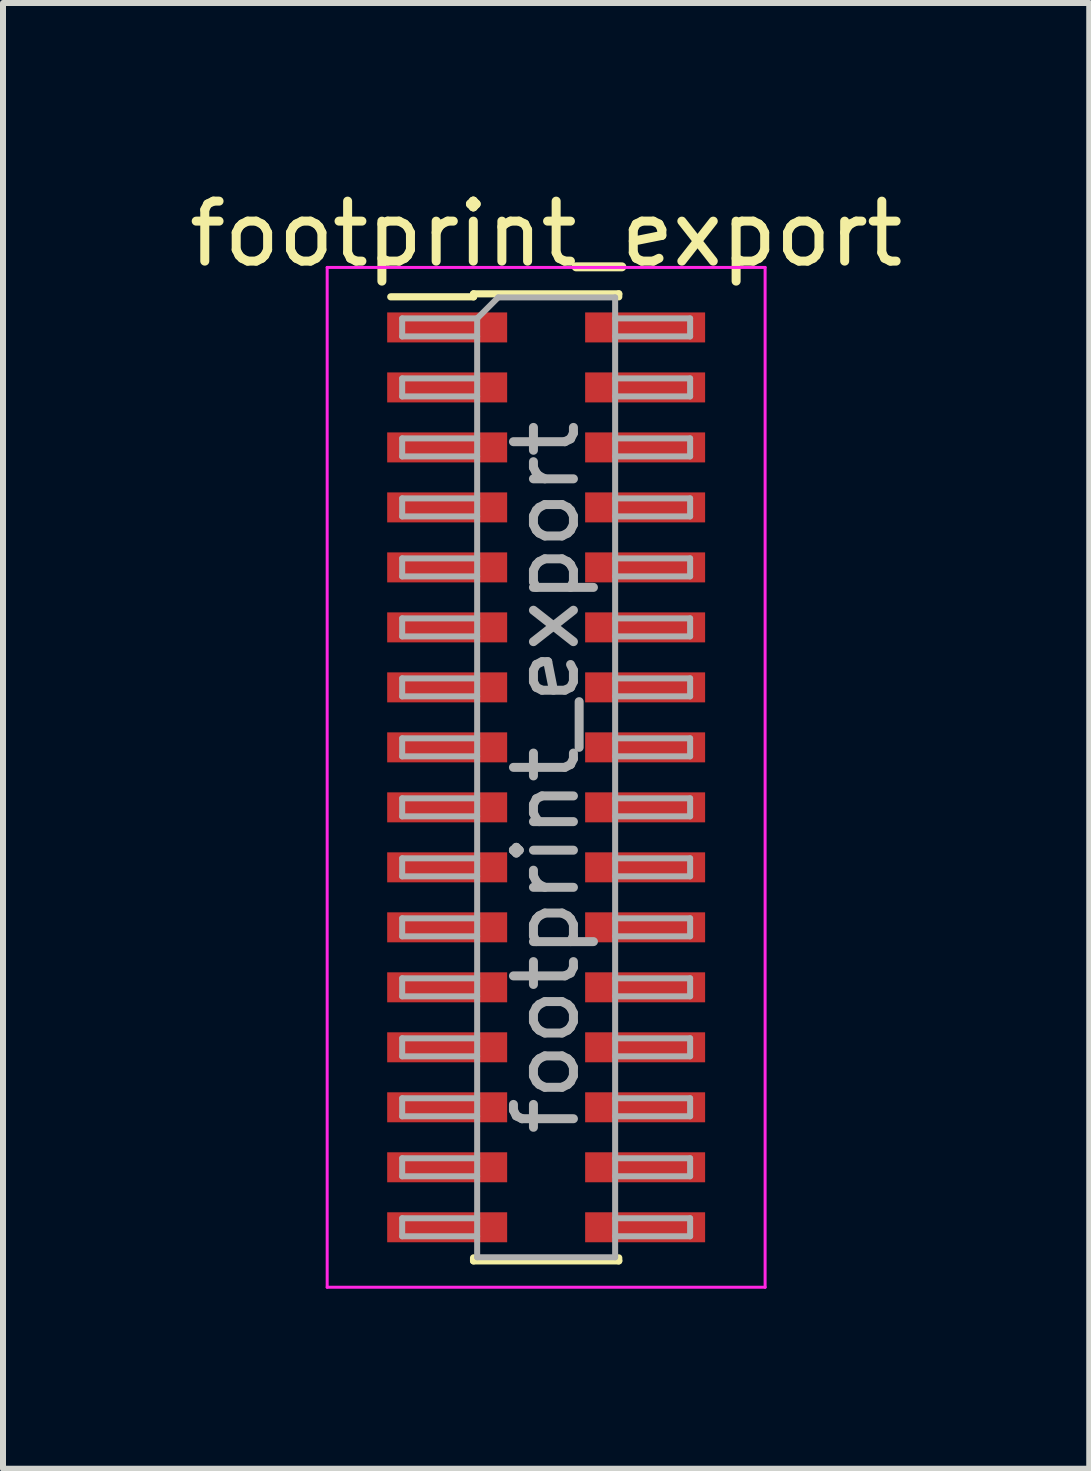
<source format=kicad_pcb>
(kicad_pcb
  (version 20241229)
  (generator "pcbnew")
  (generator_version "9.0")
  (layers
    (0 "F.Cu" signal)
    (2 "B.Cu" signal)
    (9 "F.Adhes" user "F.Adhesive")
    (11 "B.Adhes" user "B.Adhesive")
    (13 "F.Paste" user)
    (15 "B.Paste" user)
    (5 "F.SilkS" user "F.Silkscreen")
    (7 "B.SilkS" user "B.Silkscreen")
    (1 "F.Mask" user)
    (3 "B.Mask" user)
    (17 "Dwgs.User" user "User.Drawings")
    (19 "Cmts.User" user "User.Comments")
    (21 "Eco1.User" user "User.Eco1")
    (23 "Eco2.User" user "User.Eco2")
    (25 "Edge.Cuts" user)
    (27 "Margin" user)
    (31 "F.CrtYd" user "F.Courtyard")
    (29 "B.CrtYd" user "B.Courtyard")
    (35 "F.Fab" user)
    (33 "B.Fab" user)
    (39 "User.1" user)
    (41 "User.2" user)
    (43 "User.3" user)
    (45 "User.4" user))
  (footprint "footprint_export"
    (layer "F.Cu")
    (at 6.054 9.908)
    (property "Reference" "footprint_export" (at 0 -9.06 0) (layer "F.SilkS") (effects (font (size 1 1) (thickness 0.15))))
    (attr smd)
    (fp_line (start -2.59 -8.01) (end -1.21 -8.01) (stroke (width 0.12) (type solid)) (layer "F.SilkS"))
    (fp_line (start -1.21 -8.06) (end -1.21 -8.01) (stroke (width 0.12) (type solid)) (layer "F.SilkS"))
    (fp_line (start -1.21 -8.06) (end 1.21 -8.06) (stroke (width 0.12) (type solid)) (layer "F.SilkS"))
    (fp_line (start -1.21 8.01) (end -1.21 8.06) (stroke (width 0.12) (type solid)) (layer "F.SilkS"))
    (fp_line (start -1.21 8.06) (end 1.21 8.06) (stroke (width 0.12) (type solid)) (layer "F.SilkS"))
    (fp_line (start 1.21 -8.06) (end 1.21 -8.01) (stroke (width 0.12) (type solid)) (layer "F.SilkS"))
    (fp_line (start 1.21 8.01) (end 1.21 8.06) (stroke (width 0.12) (type solid)) (layer "F.SilkS"))
    (fp_line (start -3.65 -8.5) (end -3.65 8.5) (stroke (width 0.05) (type solid)) (layer "F.CrtYd"))
    (fp_line (start -3.65 8.5) (end 3.65 8.5) (stroke (width 0.05) (type solid)) (layer "F.CrtYd"))
    (fp_line (start 3.65 -8.5) (end -3.65 -8.5) (stroke (width 0.05) (type solid)) (layer "F.CrtYd"))
    (fp_line (start 3.65 8.5) (end 3.65 -8.5) (stroke (width 0.05) (type solid)) (layer "F.CrtYd"))
    (fp_line (start -2.4 -7.65) (end -2.4 -7.35) (stroke (width 0.1) (type solid)) (layer "F.Fab"))
    (fp_line (start -2.4 -7.35) (end -1.15 -7.35) (stroke (width 0.1) (type solid)) (layer "F.Fab"))
    (fp_line (start -2.4 -6.65) (end -2.4 -6.35) (stroke (width 0.1) (type solid)) (layer "F.Fab"))
    (fp_line (start -2.4 -6.35) (end -1.15 -6.35) (stroke (width 0.1) (type solid)) (layer "F.Fab"))
    (fp_line (start -2.4 -5.65) (end -2.4 -5.35) (stroke (width 0.1) (type solid)) (layer "F.Fab"))
    (fp_line (start -2.4 -5.35) (end -1.15 -5.35) (stroke (width 0.1) (type solid)) (layer "F.Fab"))
    (fp_line (start -2.4 -4.65) (end -2.4 -4.35) (stroke (width 0.1) (type solid)) (layer "F.Fab"))
    (fp_line (start -2.4 -4.35) (end -1.15 -4.35) (stroke (width 0.1) (type solid)) (layer "F.Fab"))
    (fp_line (start -2.4 -3.65) (end -2.4 -3.35) (stroke (width 0.1) (type solid)) (layer "F.Fab"))
    (fp_line (start -2.4 -3.35) (end -1.15 -3.35) (stroke (width 0.1) (type solid)) (layer "F.Fab"))
    (fp_line (start -2.4 -2.65) (end -2.4 -2.35) (stroke (width 0.1) (type solid)) (layer "F.Fab"))
    (fp_line (start -2.4 -2.35) (end -1.15 -2.35) (stroke (width 0.1) (type solid)) (layer "F.Fab"))
    (fp_line (start -2.4 -1.65) (end -2.4 -1.35) (stroke (width 0.1) (type solid)) (layer "F.Fab"))
    (fp_line (start -2.4 -1.35) (end -1.15 -1.35) (stroke (width 0.1) (type solid)) (layer "F.Fab"))
    (fp_line (start -2.4 -0.65) (end -2.4 -0.35) (stroke (width 0.1) (type solid)) (layer "F.Fab"))
    (fp_line (start -2.4 -0.35) (end -1.15 -0.35) (stroke (width 0.1) (type solid)) (layer "F.Fab"))
    (fp_line (start -2.4 0.35) (end -2.4 0.65) (stroke (width 0.1) (type solid)) (layer "F.Fab"))
    (fp_line (start -2.4 0.65) (end -1.15 0.65) (stroke (width 0.1) (type solid)) (layer "F.Fab"))
    (fp_line (start -2.4 1.35) (end -2.4 1.65) (stroke (width 0.1) (type solid)) (layer "F.Fab"))
    (fp_line (start -2.4 1.65) (end -1.15 1.65) (stroke (width 0.1) (type solid)) (layer "F.Fab"))
    (fp_line (start -2.4 2.35) (end -2.4 2.65) (stroke (width 0.1) (type solid)) (layer "F.Fab"))
    (fp_line (start -2.4 2.65) (end -1.15 2.65) (stroke (width 0.1) (type solid)) (layer "F.Fab"))
    (fp_line (start -2.4 3.35) (end -2.4 3.65) (stroke (width 0.1) (type solid)) (layer "F.Fab"))
    (fp_line (start -2.4 3.65) (end -1.15 3.65) (stroke (width 0.1) (type solid)) (layer "F.Fab"))
    (fp_line (start -2.4 4.35) (end -2.4 4.65) (stroke (width 0.1) (type solid)) (layer "F.Fab"))
    (fp_line (start -2.4 4.65) (end -1.15 4.65) (stroke (width 0.1) (type solid)) (layer "F.Fab"))
    (fp_line (start -2.4 5.35) (end -2.4 5.65) (stroke (width 0.1) (type solid)) (layer "F.Fab"))
    (fp_line (start -2.4 5.65) (end -1.15 5.65) (stroke (width 0.1) (type solid)) (layer "F.Fab"))
    (fp_line (start -2.4 6.35) (end -2.4 6.65) (stroke (width 0.1) (type solid)) (layer "F.Fab"))
    (fp_line (start -2.4 6.65) (end -1.15 6.65) (stroke (width 0.1) (type solid)) (layer "F.Fab"))
    (fp_line (start -2.4 7.35) (end -2.4 7.65) (stroke (width 0.1) (type solid)) (layer "F.Fab"))
    (fp_line (start -2.4 7.65) (end -1.15 7.65) (stroke (width 0.1) (type solid)) (layer "F.Fab"))
    (fp_line (start -1.15 -7.65) (end -2.4 -7.65) (stroke (width 0.1) (type solid)) (layer "F.Fab"))
    (fp_line (start -1.15 -7.65) (end -0.8 -8) (stroke (width 0.1) (type solid)) (layer "F.Fab"))
    (fp_line (start -1.15 -6.65) (end -2.4 -6.65) (stroke (width 0.1) (type solid)) (layer "F.Fab"))
    (fp_line (start -1.15 -5.65) (end -2.4 -5.65) (stroke (width 0.1) (type solid)) (layer "F.Fab"))
    (fp_line (start -1.15 -4.65) (end -2.4 -4.65) (stroke (width 0.1) (type solid)) (layer "F.Fab"))
    (fp_line (start -1.15 -3.65) (end -2.4 -3.65) (stroke (width 0.1) (type solid)) (layer "F.Fab"))
    (fp_line (start -1.15 -2.65) (end -2.4 -2.65) (stroke (width 0.1) (type solid)) (layer "F.Fab"))
    (fp_line (start -1.15 -1.65) (end -2.4 -1.65) (stroke (width 0.1) (type solid)) (layer "F.Fab"))
    (fp_line (start -1.15 -0.65) (end -2.4 -0.65) (stroke (width 0.1) (type solid)) (layer "F.Fab"))
    (fp_line (start -1.15 0.35) (end -2.4 0.35) (stroke (width 0.1) (type solid)) (layer "F.Fab"))
    (fp_line (start -1.15 1.35) (end -2.4 1.35) (stroke (width 0.1) (type solid)) (layer "F.Fab"))
    (fp_line (start -1.15 2.35) (end -2.4 2.35) (stroke (width 0.1) (type solid)) (layer "F.Fab"))
    (fp_line (start -1.15 3.35) (end -2.4 3.35) (stroke (width 0.1) (type solid)) (layer "F.Fab"))
    (fp_line (start -1.15 4.35) (end -2.4 4.35) (stroke (width 0.1) (type solid)) (layer "F.Fab"))
    (fp_line (start -1.15 5.35) (end -2.4 5.35) (stroke (width 0.1) (type solid)) (layer "F.Fab"))
    (fp_line (start -1.15 6.35) (end -2.4 6.35) (stroke (width 0.1) (type solid)) (layer "F.Fab"))
    (fp_line (start -1.15 7.35) (end -2.4 7.35) (stroke (width 0.1) (type solid)) (layer "F.Fab"))
    (fp_line (start -1.15 8) (end -1.15 -7.65) (stroke (width 0.1) (type solid)) (layer "F.Fab"))
    (fp_line (start -0.8 -8) (end 1.15 -8) (stroke (width 0.1) (type solid)) (layer "F.Fab"))
    (fp_line (start 1.15 -8) (end 1.15 8) (stroke (width 0.1) (type solid)) (layer "F.Fab"))
    (fp_line (start 1.15 -7.65) (end 2.4 -7.65) (stroke (width 0.1) (type solid)) (layer "F.Fab"))
    (fp_line (start 1.15 -6.65) (end 2.4 -6.65) (stroke (width 0.1) (type solid)) (layer "F.Fab"))
    (fp_line (start 1.15 -5.65) (end 2.4 -5.65) (stroke (width 0.1) (type solid)) (layer "F.Fab"))
    (fp_line (start 1.15 -4.65) (end 2.4 -4.65) (stroke (width 0.1) (type solid)) (layer "F.Fab"))
    (fp_line (start 1.15 -3.65) (end 2.4 -3.65) (stroke (width 0.1) (type solid)) (layer "F.Fab"))
    (fp_line (start 1.15 -2.65) (end 2.4 -2.65) (stroke (width 0.1) (type solid)) (layer "F.Fab"))
    (fp_line (start 1.15 -1.65) (end 2.4 -1.65) (stroke (width 0.1) (type solid)) (layer "F.Fab"))
    (fp_line (start 1.15 -0.65) (end 2.4 -0.65) (stroke (width 0.1) (type solid)) (layer "F.Fab"))
    (fp_line (start 1.15 0.35) (end 2.4 0.35) (stroke (width 0.1) (type solid)) (layer "F.Fab"))
    (fp_line (start 1.15 1.35) (end 2.4 1.35) (stroke (width 0.1) (type solid)) (layer "F.Fab"))
    (fp_line (start 1.15 2.35) (end 2.4 2.35) (stroke (width 0.1) (type solid)) (layer "F.Fab"))
    (fp_line (start 1.15 3.35) (end 2.4 3.35) (stroke (width 0.1) (type solid)) (layer "F.Fab"))
    (fp_line (start 1.15 4.35) (end 2.4 4.35) (stroke (width 0.1) (type solid)) (layer "F.Fab"))
    (fp_line (start 1.15 5.35) (end 2.4 5.35) (stroke (width 0.1) (type solid)) (layer "F.Fab"))
    (fp_line (start 1.15 6.35) (end 2.4 6.35) (stroke (width 0.1) (type solid)) (layer "F.Fab"))
    (fp_line (start 1.15 7.35) (end 2.4 7.35) (stroke (width 0.1) (type solid)) (layer "F.Fab"))
    (fp_line (start 1.15 8) (end -1.15 8) (stroke (width 0.1) (type solid)) (layer "F.Fab"))
    (fp_line (start 2.4 -7.65) (end 2.4 -7.35) (stroke (width 0.1) (type solid)) (layer "F.Fab"))
    (fp_line (start 2.4 -7.35) (end 1.15 -7.35) (stroke (width 0.1) (type solid)) (layer "F.Fab"))
    (fp_line (start 2.4 -6.65) (end 2.4 -6.35) (stroke (width 0.1) (type solid)) (layer "F.Fab"))
    (fp_line (start 2.4 -6.35) (end 1.15 -6.35) (stroke (width 0.1) (type solid)) (layer "F.Fab"))
    (fp_line (start 2.4 -5.65) (end 2.4 -5.35) (stroke (width 0.1) (type solid)) (layer "F.Fab"))
    (fp_line (start 2.4 -5.35) (end 1.15 -5.35) (stroke (width 0.1) (type solid)) (layer "F.Fab"))
    (fp_line (start 2.4 -4.65) (end 2.4 -4.35) (stroke (width 0.1) (type solid)) (layer "F.Fab"))
    (fp_line (start 2.4 -4.35) (end 1.15 -4.35) (stroke (width 0.1) (type solid)) (layer "F.Fab"))
    (fp_line (start 2.4 -3.65) (end 2.4 -3.35) (stroke (width 0.1) (type solid)) (layer "F.Fab"))
    (fp_line (start 2.4 -3.35) (end 1.15 -3.35) (stroke (width 0.1) (type solid)) (layer "F.Fab"))
    (fp_line (start 2.4 -2.65) (end 2.4 -2.35) (stroke (width 0.1) (type solid)) (layer "F.Fab"))
    (fp_line (start 2.4 -2.35) (end 1.15 -2.35) (stroke (width 0.1) (type solid)) (layer "F.Fab"))
    (fp_line (start 2.4 -1.65) (end 2.4 -1.35) (stroke (width 0.1) (type solid)) (layer "F.Fab"))
    (fp_line (start 2.4 -1.35) (end 1.15 -1.35) (stroke (width 0.1) (type solid)) (layer "F.Fab"))
    (fp_line (start 2.4 -0.65) (end 2.4 -0.35) (stroke (width 0.1) (type solid)) (layer "F.Fab"))
    (fp_line (start 2.4 -0.35) (end 1.15 -0.35) (stroke (width 0.1) (type solid)) (layer "F.Fab"))
    (fp_line (start 2.4 0.35) (end 2.4 0.65) (stroke (width 0.1) (type solid)) (layer "F.Fab"))
    (fp_line (start 2.4 0.65) (end 1.15 0.65) (stroke (width 0.1) (type solid)) (layer "F.Fab"))
    (fp_line (start 2.4 1.35) (end 2.4 1.65) (stroke (width 0.1) (type solid)) (layer "F.Fab"))
    (fp_line (start 2.4 1.65) (end 1.15 1.65) (stroke (width 0.1) (type solid)) (layer "F.Fab"))
    (fp_line (start 2.4 2.35) (end 2.4 2.65) (stroke (width 0.1) (type solid)) (layer "F.Fab"))
    (fp_line (start 2.4 2.65) (end 1.15 2.65) (stroke (width 0.1) (type solid)) (layer "F.Fab"))
    (fp_line (start 2.4 3.35) (end 2.4 3.65) (stroke (width 0.1) (type solid)) (layer "F.Fab"))
    (fp_line (start 2.4 3.65) (end 1.15 3.65) (stroke (width 0.1) (type solid)) (layer "F.Fab"))
    (fp_line (start 2.4 4.35) (end 2.4 4.65) (stroke (width 0.1) (type solid)) (layer "F.Fab"))
    (fp_line (start 2.4 4.65) (end 1.15 4.65) (stroke (width 0.1) (type solid)) (layer "F.Fab"))
    (fp_line (start 2.4 5.35) (end 2.4 5.65) (stroke (width 0.1) (type solid)) (layer "F.Fab"))
    (fp_line (start 2.4 5.65) (end 1.15 5.65) (stroke (width 0.1) (type solid)) (layer "F.Fab"))
    (fp_line (start 2.4 6.35) (end 2.4 6.65) (stroke (width 0.1) (type solid)) (layer "F.Fab"))
    (fp_line (start 2.4 6.65) (end 1.15 6.65) (stroke (width 0.1) (type solid)) (layer "F.Fab"))
    (fp_line (start 2.4 7.35) (end 2.4 7.65) (stroke (width 0.1) (type solid)) (layer "F.Fab"))
    (fp_line (start 2.4 7.65) (end 1.15 7.65) (stroke (width 0.1) (type solid)) (layer "F.Fab"))
    (fp_text user "${REFERENCE}" (at 0 0 90) (layer "F.Fab") (effects (font (size 1 1) (thickness 0.15))))
    (pad "1" smd rect (at -1.65 -7.5) (size 2 0.5) (layers "F.Cu" "F.Mask" "F.Paste"))
    (pad "2" smd rect (at 1.65 -7.5) (size 2 0.5) (layers "F.Cu" "F.Mask" "F.Paste"))
    (pad "3" smd rect (at -1.65 -6.5) (size 2 0.5) (layers "F.Cu" "F.Mask" "F.Paste"))
    (pad "4" smd rect (at 1.65 -6.5) (size 2 0.5) (layers "F.Cu" "F.Mask" "F.Paste"))
    (pad "5" smd rect (at -1.65 -5.5) (size 2 0.5) (layers "F.Cu" "F.Mask" "F.Paste"))
    (pad "6" smd rect (at 1.65 -5.5) (size 2 0.5) (layers "F.Cu" "F.Mask" "F.Paste"))
    (pad "7" smd rect (at -1.65 -4.5) (size 2 0.5) (layers "F.Cu" "F.Mask" "F.Paste"))
    (pad "8" smd rect (at 1.65 -4.5) (size 2 0.5) (layers "F.Cu" "F.Mask" "F.Paste"))
    (pad "9" smd rect (at -1.65 -3.5) (size 2 0.5) (layers "F.Cu" "F.Mask" "F.Paste"))
    (pad "10" smd rect (at 1.65 -3.5) (size 2 0.5) (layers "F.Cu" "F.Mask" "F.Paste"))
    (pad "11" smd rect (at -1.65 -2.5) (size 2 0.5) (layers "F.Cu" "F.Mask" "F.Paste"))
    (pad "12" smd rect (at 1.65 -2.5) (size 2 0.5) (layers "F.Cu" "F.Mask" "F.Paste"))
    (pad "13" smd rect (at -1.65 -1.5) (size 2 0.5) (layers "F.Cu" "F.Mask" "F.Paste"))
    (pad "14" smd rect (at 1.65 -1.5) (size 2 0.5) (layers "F.Cu" "F.Mask" "F.Paste"))
    (pad "15" smd rect (at -1.65 -0.5) (size 2 0.5) (layers "F.Cu" "F.Mask" "F.Paste"))
    (pad "16" smd rect (at 1.65 -0.5) (size 2 0.5) (layers "F.Cu" "F.Mask" "F.Paste"))
    (pad "17" smd rect (at -1.65 0.5) (size 2 0.5) (layers "F.Cu" "F.Mask" "F.Paste"))
    (pad "18" smd rect (at 1.65 0.5) (size 2 0.5) (layers "F.Cu" "F.Mask" "F.Paste"))
    (pad "19" smd rect (at -1.65 1.5) (size 2 0.5) (layers "F.Cu" "F.Mask" "F.Paste"))
    (pad "20" smd rect (at 1.65 1.5) (size 2 0.5) (layers "F.Cu" "F.Mask" "F.Paste"))
    (pad "21" smd rect (at -1.65 2.5) (size 2 0.5) (layers "F.Cu" "F.Mask" "F.Paste"))
    (pad "22" smd rect (at 1.65 2.5) (size 2 0.5) (layers "F.Cu" "F.Mask" "F.Paste"))
    (pad "23" smd rect (at -1.65 3.5) (size 2 0.5) (layers "F.Cu" "F.Mask" "F.Paste"))
    (pad "24" smd rect (at 1.65 3.5) (size 2 0.5) (layers "F.Cu" "F.Mask" "F.Paste"))
    (pad "25" smd rect (at -1.65 4.5) (size 2 0.5) (layers "F.Cu" "F.Mask" "F.Paste"))
    (pad "26" smd rect (at 1.65 4.5) (size 2 0.5) (layers "F.Cu" "F.Mask" "F.Paste"))
    (pad "27" smd rect (at -1.65 5.5) (size 2 0.5) (layers "F.Cu" "F.Mask" "F.Paste"))
    (pad "28" smd rect (at 1.65 5.5) (size 2 0.5) (layers "F.Cu" "F.Mask" "F.Paste"))
    (pad "29" smd rect (at -1.65 6.5) (size 2 0.5) (layers "F.Cu" "F.Mask" "F.Paste"))
    (pad "30" smd rect (at 1.65 6.5) (size 2 0.5) (layers "F.Cu" "F.Mask" "F.Paste"))
    (pad "31" smd rect (at -1.65 7.5) (size 2 0.5) (layers "F.Cu" "F.Mask" "F.Paste"))
    (pad "32" smd rect (at 1.65 7.5) (size 2 0.5) (layers "F.Cu" "F.Mask" "F.Paste")))
  (gr_rect
    (start -3 -3)
    (end 15.107 21.433)
    (stroke (width 0.1) (type default))
    (fill no)
    (layer "Edge.Cuts")))
</source>
